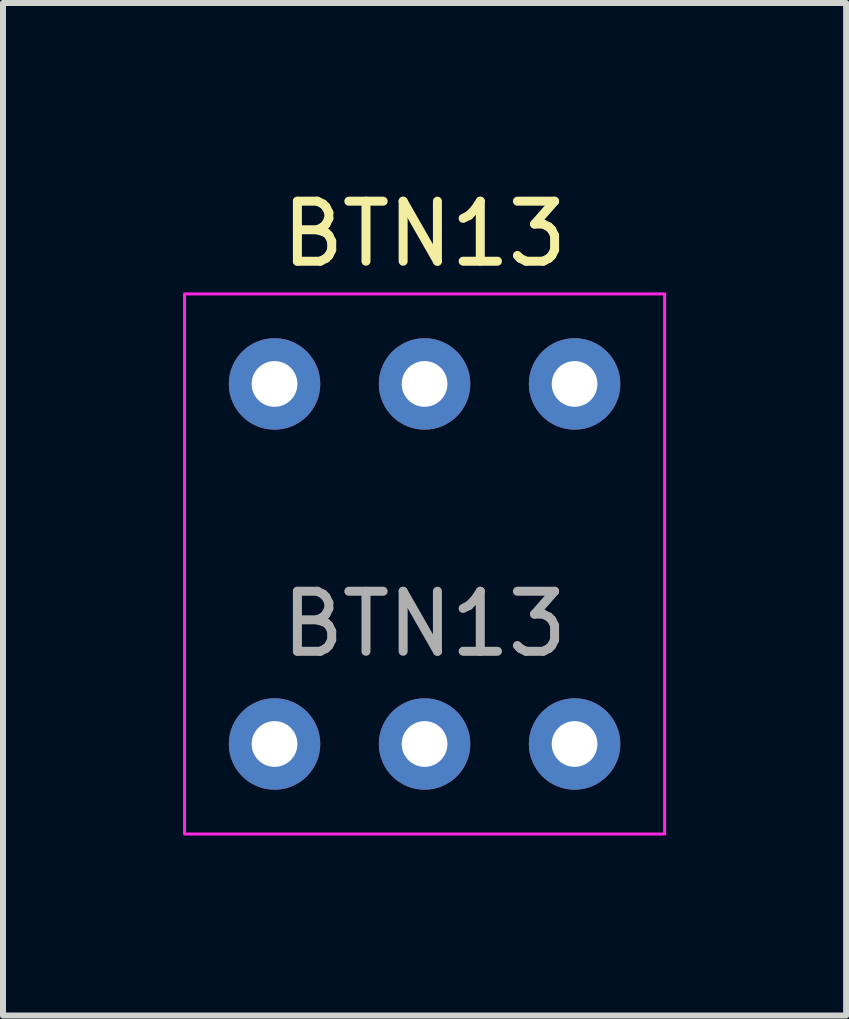
<source format=kicad_pcb>
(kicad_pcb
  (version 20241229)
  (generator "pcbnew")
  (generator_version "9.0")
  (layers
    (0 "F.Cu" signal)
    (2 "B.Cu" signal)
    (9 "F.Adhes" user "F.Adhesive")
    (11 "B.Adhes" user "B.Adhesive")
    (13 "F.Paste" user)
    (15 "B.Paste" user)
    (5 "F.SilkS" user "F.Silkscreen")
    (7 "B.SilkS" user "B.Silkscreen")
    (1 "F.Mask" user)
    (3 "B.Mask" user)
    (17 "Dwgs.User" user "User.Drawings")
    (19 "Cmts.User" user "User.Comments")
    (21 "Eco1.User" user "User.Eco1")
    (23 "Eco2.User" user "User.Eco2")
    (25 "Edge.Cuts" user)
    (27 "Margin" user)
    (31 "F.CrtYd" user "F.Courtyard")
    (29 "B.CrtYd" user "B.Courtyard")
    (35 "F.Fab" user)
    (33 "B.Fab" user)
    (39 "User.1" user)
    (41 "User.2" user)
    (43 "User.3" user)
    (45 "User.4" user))
  (footprint "BTN13"
    (layer "F.Cu")
    (at 4.025 6.348)
    (property "Reference" "BTN13" (at 0 -5.5 0) (unlocked yes) (layer "F.SilkS") (effects (font (size 1 1) (thickness 0.15))))
    (attr through_hole)
    (fp_rect (start -4 -4.5) (end 4 4.5) (stroke (width 0.05) (type solid)) (fill no) (layer "F.CrtYd"))
    (fp_text user "${REFERENCE}" (at 0 1 0) (unlocked yes) (layer "F.Fab") (effects (font (size 1 1) (thickness 0.15))))
    (pad "1" thru_hole circle (at -2.5 3) (size 1.524 1.524) (drill 0.762) (layers "*.Cu" "*.Mask"))
    (pad "2" thru_hole circle (at 2.5 3) (size 1.524 1.524) (drill 0.762) (layers "*.Cu" "*.Mask"))
    (pad "3" thru_hole circle (at 0 3) (size 1.524 1.524) (drill 0.762) (layers "*.Cu" "*.Mask"))
    (pad "4" thru_hole circle (at 2.5 -3) (size 1.524 1.524) (drill 0.762) (layers "*.Cu" "*.Mask"))
    (pad "5" thru_hole circle (at -2.5 -3) (size 1.524 1.524) (drill 0.762) (layers "*.Cu" "*.Mask"))
    (pad "6" thru_hole circle (at 0 -3) (size 1.524 1.524) (drill 0.762) (layers "*.Cu" "*.Mask")))
  (gr_rect
    (start -3 -3)
    (end 11.05 13.873)
    (stroke (width 0.1) (type default))
    (fill no)
    (layer "Edge.Cuts")))
</source>
